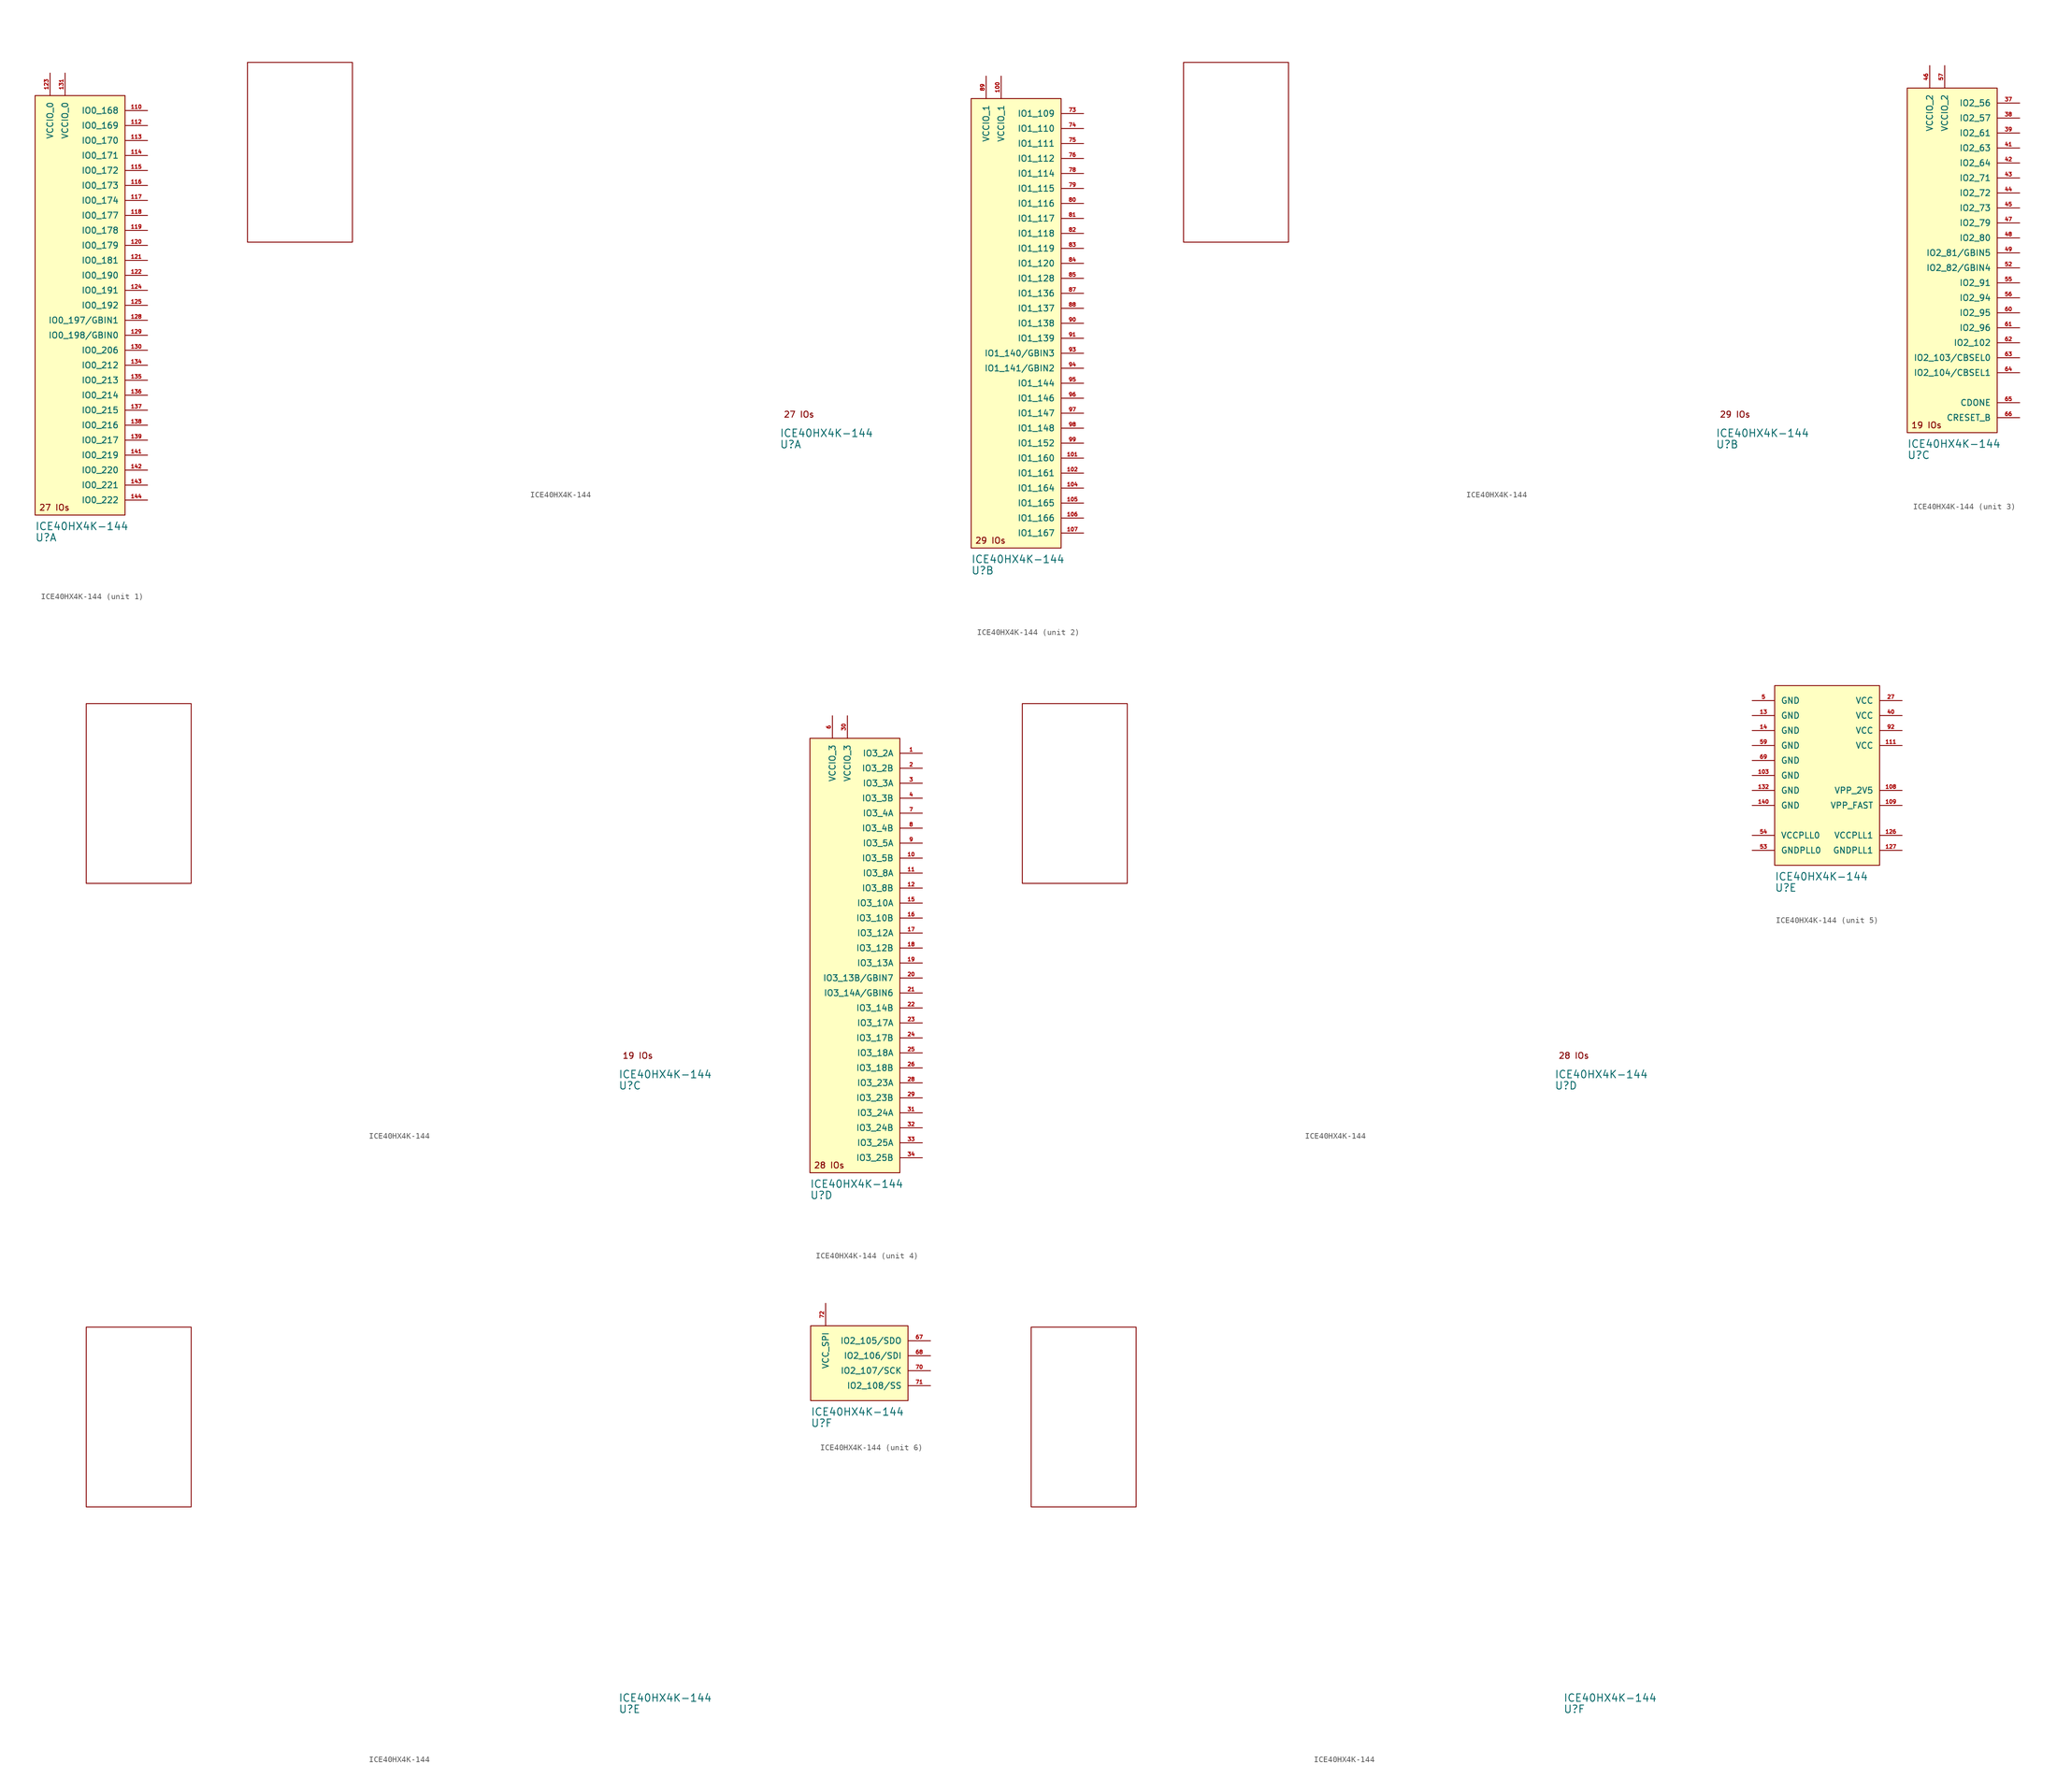
<source format=kicad_sym>
(kicad_symbol_lib
  (version 20220914)
  (generator kicad_symbol_editor)
  (symbol "ICE40HX4K-144"
    (pin_names
      (offset 1.016))
    (property "Reference" "U"
      (at 0 -3.81 0)
      (effects (font (size 1.27 1.27)) (justify left)))
    (property "Value" "ICE40HX4K-144"
      (at 0 -1.905 0)
      (effects (font (size 1.27 1.27)) (justify left)))
    (property "ki_locked" ""
      (at 0 0 0)
      (effects (font (size 1.27 1.27))))
    (symbol "ICE40HX4K-144_0_2"
      (rectangle (start -90.17 60.96) (end -72.39 30.48) (stroke (width 0) (type solid)) (fill (type none))))
    (symbol "ICE40HX4K-144_0_3"
      (rectangle (start -90.17 60.96) (end -72.39 30.48) (stroke (width 0) (type solid)) (fill (type none))))
    (symbol "ICE40HX4K-144_0_4"
      (rectangle (start -90.17 60.96) (end -72.39 30.48) (stroke (width 0) (type solid)) (fill (type none))))
    (symbol "ICE40HX4K-144_0_5"
      (rectangle (start -90.17 60.96) (end -72.39 30.48) (stroke (width 0) (type solid)) (fill (type none))))
    (symbol "ICE40HX4K-144_1_0"
      (text "27 IOs" (at 0.635 1.27 0) (effects (font (size 1.016 1.016)) (justify left))))
    (symbol "ICE40HX4K-144_1_1"
      (rectangle (start 0 71.12) (end 15.24 0) (stroke (width 0) (type solid)) (fill (type background)))
      (pin tri_state line (at 19.05 68.58 180) (length 3.81) (name "IO0_168" (effects (font (size 1.016 1.016)))) (number "110" (effects (font (size 0.635 0.635)))))
      (pin tri_state line (at 19.05 66.04 180) (length 3.81) (name "IO0_169" (effects (font (size 1.016 1.016)))) (number "112" (effects (font (size 0.635 0.635)))))
      (pin tri_state line (at 19.05 63.5 180) (length 3.81) (name "IO0_170" (effects (font (size 1.016 1.016)))) (number "113" (effects (font (size 0.635 0.635)))))
      (pin tri_state line (at 19.05 60.96 180) (length 3.81) (name "IO0_171" (effects (font (size 1.016 1.016)))) (number "114" (effects (font (size 0.635 0.635)))))
      (pin tri_state line (at 19.05 58.42 180) (length 3.81) (name "IO0_172" (effects (font (size 1.016 1.016)))) (number "115" (effects (font (size 0.635 0.635)))))
      (pin tri_state line (at 19.05 55.88 180) (length 3.81) (name "IO0_173" (effects (font (size 1.016 1.016)))) (number "116" (effects (font (size 0.635 0.635)))))
      (pin tri_state line (at 19.05 53.34 180) (length 3.81) (name "IO0_174" (effects (font (size 1.016 1.016)))) (number "117" (effects (font (size 0.635 0.635)))))
      (pin tri_state line (at 19.05 50.8 180) (length 3.81) (name "IO0_177" (effects (font (size 1.016 1.016)))) (number "118" (effects (font (size 0.635 0.635)))))
      (pin tri_state line (at 19.05 48.26 180) (length 3.81) (name "IO0_178" (effects (font (size 1.016 1.016)))) (number "119" (effects (font (size 0.635 0.635)))))
      (pin tri_state line (at 19.05 45.72 180) (length 3.81) (name "IO0_179" (effects (font (size 1.016 1.016)))) (number "120" (effects (font (size 0.635 0.635)))))
      (pin tri_state line (at 19.05 43.18 180) (length 3.81) (name "IO0_181" (effects (font (size 1.016 1.016)))) (number "121" (effects (font (size 0.635 0.635)))))
      (pin tri_state line (at 19.05 40.64 180) (length 3.81) (name "IO0_190" (effects (font (size 1.016 1.016)))) (number "122" (effects (font (size 0.635 0.635)))))
      (pin power_in line (at 2.54 74.93 270) (length 3.81) (name "VCCIO_0" (effects (font (size 1.016 1.016)))) (number "123" (effects (font (size 0.635 0.635)))))
      (pin tri_state line (at 19.05 38.1 180) (length 3.81) (name "IO0_191" (effects (font (size 1.016 1.016)))) (number "124" (effects (font (size 0.635 0.635)))))
      (pin tri_state line (at 19.05 35.56 180) (length 3.81) (name "IO0_192" (effects (font (size 1.016 1.016)))) (number "125" (effects (font (size 0.635 0.635)))))
      (pin tri_state line (at 19.05 33.02 180) (length 3.81) (name "IO0_197/GBIN1" (effects (font (size 1.016 1.016)))) (number "128" (effects (font (size 0.635 0.635)))))
      (pin tri_state line (at 19.05 30.48 180) (length 3.81) (name "IO0_198/GBIN0" (effects (font (size 1.016 1.016)))) (number "129" (effects (font (size 0.635 0.635)))))
      (pin tri_state line (at 19.05 27.94 180) (length 3.81) (name "IO0_206" (effects (font (size 1.016 1.016)))) (number "130" (effects (font (size 0.635 0.635)))))
      (pin power_in line (at 5.08 74.93 270) (length 3.81) (name "VCCIO_0" (effects (font (size 1.016 1.016)))) (number "131" (effects (font (size 0.635 0.635)))))
      (pin tri_state line (at 19.05 25.4 180) (length 3.81) (name "IO0_212" (effects (font (size 1.016 1.016)))) (number "134" (effects (font (size 0.635 0.635)))))
      (pin tri_state line (at 19.05 22.86 180) (length 3.81) (name "IO0_213" (effects (font (size 1.016 1.016)))) (number "135" (effects (font (size 0.635 0.635)))))
      (pin tri_state line (at 19.05 20.32 180) (length 3.81) (name "IO0_214" (effects (font (size 1.016 1.016)))) (number "136" (effects (font (size 0.635 0.635)))))
      (pin tri_state line (at 19.05 17.78 180) (length 3.81) (name "IO0_215" (effects (font (size 1.016 1.016)))) (number "137" (effects (font (size 0.635 0.635)))))
      (pin tri_state line (at 19.05 15.24 180) (length 3.81) (name "IO0_216" (effects (font (size 1.016 1.016)))) (number "138" (effects (font (size 0.635 0.635)))))
      (pin tri_state line (at 19.05 12.7 180) (length 3.81) (name "IO0_217" (effects (font (size 1.016 1.016)))) (number "139" (effects (font (size 0.635 0.635)))))
      (pin tri_state line (at 19.05 10.16 180) (length 3.81) (name "IO0_219" (effects (font (size 1.016 1.016)))) (number "141" (effects (font (size 0.635 0.635)))))
      (pin tri_state line (at 19.05 7.62 180) (length 3.81) (name "IO0_220" (effects (font (size 1.016 1.016)))) (number "142" (effects (font (size 0.635 0.635)))))
      (pin tri_state line (at 19.05 5.08 180) (length 3.81) (name "IO0_221" (effects (font (size 1.016 1.016)))) (number "143" (effects (font (size 0.635 0.635)))))
      (pin tri_state line (at 19.05 2.54 180) (length 3.81) (name "IO0_222" (effects (font (size 1.016 1.016)))) (number "144" (effects (font (size 0.635 0.635))))))
    (symbol "ICE40HX4K-144_2_0"
      (text "29 IOs" (at 0.635 1.27 0) (effects (font (size 1.016 1.016)) (justify left))))
    (symbol "ICE40HX4K-144_2_1"
      (rectangle (start 0 76.2) (end 15.24 0) (stroke (width 0) (type solid)) (fill (type background)))
      (pin power_in line (at 5.08 80.01 270) (length 3.81) (name "VCCIO_1" (effects (font (size 1.016 1.016)))) (number "100" (effects (font (size 0.635 0.635)))))
      (pin tri_state line (at 19.05 15.24 180) (length 3.81) (name "IO1_160" (effects (font (size 1.016 1.016)))) (number "101" (effects (font (size 0.635 0.635)))))
      (pin tri_state line (at 19.05 12.7 180) (length 3.81) (name "IO1_161" (effects (font (size 1.016 1.016)))) (number "102" (effects (font (size 0.635 0.635)))))
      (pin tri_state line (at 19.05 10.16 180) (length 3.81) (name "IO1_164" (effects (font (size 1.016 1.016)))) (number "104" (effects (font (size 0.635 0.635)))))
      (pin tri_state line (at 19.05 7.62 180) (length 3.81) (name "IO1_165" (effects (font (size 1.016 1.016)))) (number "105" (effects (font (size 0.635 0.635)))))
      (pin tri_state line (at 19.05 5.08 180) (length 3.81) (name "IO1_166" (effects (font (size 1.016 1.016)))) (number "106" (effects (font (size 0.635 0.635)))))
      (pin tri_state line (at 19.05 2.54 180) (length 3.81) (name "IO1_167" (effects (font (size 1.016 1.016)))) (number "107" (effects (font (size 0.635 0.635)))))
      (pin tri_state line (at 19.05 73.66 180) (length 3.81) (name "IO1_109" (effects (font (size 1.016 1.016)))) (number "73" (effects (font (size 0.635 0.635)))))
      (pin tri_state line (at 19.05 71.12 180) (length 3.81) (name "IO1_110" (effects (font (size 1.016 1.016)))) (number "74" (effects (font (size 0.635 0.635)))))
      (pin tri_state line (at 19.05 68.58 180) (length 3.81) (name "IO1_111" (effects (font (size 1.016 1.016)))) (number "75" (effects (font (size 0.635 0.635)))))
      (pin tri_state line (at 19.05 66.04 180) (length 3.81) (name "IO1_112" (effects (font (size 1.016 1.016)))) (number "76" (effects (font (size 0.635 0.635)))))
      (pin tri_state line (at 19.05 63.5 180) (length 3.81) (name "IO1_114" (effects (font (size 1.016 1.016)))) (number "78" (effects (font (size 0.635 0.635)))))
      (pin tri_state line (at 19.05 60.96 180) (length 3.81) (name "IO1_115" (effects (font (size 1.016 1.016)))) (number "79" (effects (font (size 0.635 0.635)))))
      (pin tri_state line (at 19.05 58.42 180) (length 3.81) (name "IO1_116" (effects (font (size 1.016 1.016)))) (number "80" (effects (font (size 0.635 0.635)))))
      (pin tri_state line (at 19.05 55.88 180) (length 3.81) (name "IO1_117" (effects (font (size 1.016 1.016)))) (number "81" (effects (font (size 0.635 0.635)))))
      (pin tri_state line (at 19.05 53.34 180) (length 3.81) (name "IO1_118" (effects (font (size 1.016 1.016)))) (number "82" (effects (font (size 0.635 0.635)))))
      (pin tri_state line (at 19.05 50.8 180) (length 3.81) (name "IO1_119" (effects (font (size 1.016 1.016)))) (number "83" (effects (font (size 0.635 0.635)))))
      (pin tri_state line (at 19.05 48.26 180) (length 3.81) (name "IO1_120" (effects (font (size 1.016 1.016)))) (number "84" (effects (font (size 0.635 0.635)))))
      (pin tri_state line (at 19.05 45.72 180) (length 3.81) (name "IO1_128" (effects (font (size 1.016 1.016)))) (number "85" (effects (font (size 0.635 0.635)))))
      (pin tri_state line (at 19.05 43.18 180) (length 3.81) (name "IO1_136" (effects (font (size 1.016 1.016)))) (number "87" (effects (font (size 0.635 0.635)))))
      (pin tri_state line (at 19.05 40.64 180) (length 3.81) (name "IO1_137" (effects (font (size 1.016 1.016)))) (number "88" (effects (font (size 0.635 0.635)))))
      (pin power_in line (at 2.54 80.01 270) (length 3.81) (name "VCCIO_1" (effects (font (size 1.016 1.016)))) (number "89" (effects (font (size 0.635 0.635)))))
      (pin tri_state line (at 19.05 38.1 180) (length 3.81) (name "IO1_138" (effects (font (size 1.016 1.016)))) (number "90" (effects (font (size 0.635 0.635)))))
      (pin tri_state line (at 19.05 35.56 180) (length 3.81) (name "IO1_139" (effects (font (size 1.016 1.016)))) (number "91" (effects (font (size 0.635 0.635)))))
      (pin tri_state line (at 19.05 33.02 180) (length 3.81) (name "IO1_140/GBIN3" (effects (font (size 1.016 1.016)))) (number "93" (effects (font (size 0.635 0.635)))))
      (pin tri_state line (at 19.05 30.48 180) (length 3.81) (name "IO1_141/GBIN2" (effects (font (size 1.016 1.016)))) (number "94" (effects (font (size 0.635 0.635)))))
      (pin tri_state line (at 19.05 27.94 180) (length 3.81) (name "IO1_144" (effects (font (size 1.016 1.016)))) (number "95" (effects (font (size 0.635 0.635)))))
      (pin tri_state line (at 19.05 25.4 180) (length 3.81) (name "IO1_146" (effects (font (size 1.016 1.016)))) (number "96" (effects (font (size 0.635 0.635)))))
      (pin tri_state line (at 19.05 22.86 180) (length 3.81) (name "IO1_147" (effects (font (size 1.016 1.016)))) (number "97" (effects (font (size 0.635 0.635)))))
      (pin tri_state line (at 19.05 20.32 180) (length 3.81) (name "IO1_148" (effects (font (size 1.016 1.016)))) (number "98" (effects (font (size 0.635 0.635)))))
      (pin tri_state line (at 19.05 17.78 180) (length 3.81) (name "IO1_152" (effects (font (size 1.016 1.016)))) (number "99" (effects (font (size 0.635 0.635))))))
    (symbol "ICE40HX4K-144_3_0"
      (text "19 IOs" (at 0.635 1.27 0) (effects (font (size 1.016 1.016)) (justify left))))
    (symbol "ICE40HX4K-144_3_1"
      (rectangle (start 0 58.42) (end 15.24 0) (stroke (width 0) (type solid)) (fill (type background)))
      (pin tri_state line (at 19.05 55.88 180) (length 3.81) (name "IO2_56" (effects (font (size 1.016 1.016)))) (number "37" (effects (font (size 0.635 0.635)))))
      (pin tri_state line (at 19.05 53.34 180) (length 3.81) (name "IO2_57" (effects (font (size 1.016 1.016)))) (number "38" (effects (font (size 0.635 0.635)))))
      (pin tri_state line (at 19.05 50.8 180) (length 3.81) (name "IO2_61" (effects (font (size 1.016 1.016)))) (number "39" (effects (font (size 0.635 0.635)))))
      (pin tri_state line (at 19.05 48.26 180) (length 3.81) (name "IO2_63" (effects (font (size 1.016 1.016)))) (number "41" (effects (font (size 0.635 0.635)))))
      (pin tri_state line (at 19.05 45.72 180) (length 3.81) (name "IO2_64" (effects (font (size 1.016 1.016)))) (number "42" (effects (font (size 0.635 0.635)))))
      (pin tri_state line (at 19.05 43.18 180) (length 3.81) (name "IO2_71" (effects (font (size 1.016 1.016)))) (number "43" (effects (font (size 0.635 0.635)))))
      (pin tri_state line (at 19.05 40.64 180) (length 3.81) (name "IO2_72" (effects (font (size 1.016 1.016)))) (number "44" (effects (font (size 0.635 0.635)))))
      (pin tri_state line (at 19.05 38.1 180) (length 3.81) (name "IO2_73" (effects (font (size 1.016 1.016)))) (number "45" (effects (font (size 0.635 0.635)))))
      (pin power_in line (at 3.81 62.23 270) (length 3.81) (name "VCCIO_2" (effects (font (size 1.016 1.016)))) (number "46" (effects (font (size 0.635 0.635)))))
      (pin tri_state line (at 19.05 35.56 180) (length 3.81) (name "IO2_79" (effects (font (size 1.016 1.016)))) (number "47" (effects (font (size 0.635 0.635)))))
      (pin tri_state line (at 19.05 33.02 180) (length 3.81) (name "IO2_80" (effects (font (size 1.016 1.016)))) (number "48" (effects (font (size 0.635 0.635)))))
      (pin tri_state line (at 19.05 30.48 180) (length 3.81) (name "IO2_81/GBIN5" (effects (font (size 1.016 1.016)))) (number "49" (effects (font (size 0.635 0.635)))))
      (pin tri_state line (at 19.05 27.94 180) (length 3.81) (name "IO2_82/GBIN4" (effects (font (size 1.016 1.016)))) (number "52" (effects (font (size 0.635 0.635)))))
      (pin tri_state line (at 19.05 25.4 180) (length 3.81) (name "IO2_91" (effects (font (size 1.016 1.016)))) (number "55" (effects (font (size 0.635 0.635)))))
      (pin tri_state line (at 19.05 22.86 180) (length 3.81) (name "IO2_94" (effects (font (size 1.016 1.016)))) (number "56" (effects (font (size 0.635 0.635)))))
      (pin power_in line (at 6.35 62.23 270) (length 3.81) (name "VCCIO_2" (effects (font (size 1.016 1.016)))) (number "57" (effects (font (size 0.635 0.635)))))
      (pin tri_state line (at 19.05 20.32 180) (length 3.81) (name "IO2_95" (effects (font (size 1.016 1.016)))) (number "60" (effects (font (size 0.635 0.635)))))
      (pin tri_state line (at 19.05 17.78 180) (length 3.81) (name "IO2_96" (effects (font (size 1.016 1.016)))) (number "61" (effects (font (size 0.635 0.635)))))
      (pin tri_state line (at 19.05 15.24 180) (length 3.81) (name "IO2_102" (effects (font (size 1.016 1.016)))) (number "62" (effects (font (size 0.635 0.635)))))
      (pin tri_state line (at 19.05 12.7 180) (length 3.81) (name "IO2_103/CBSEL0" (effects (font (size 1.016 1.016)))) (number "63" (effects (font (size 0.635 0.635)))))
      (pin tri_state line (at 19.05 10.16 180) (length 3.81) (name "IO2_104/CBSEL1" (effects (font (size 1.016 1.016)))) (number "64" (effects (font (size 0.635 0.635)))))
      (pin tri_state line (at 19.05 5.08 180) (length 3.81) (name "CDONE" (effects (font (size 1.016 1.016)))) (number "65" (effects (font (size 0.635 0.635)))))
      (pin tri_state line (at 19.05 2.54 180) (length 3.81) (name "CRESET_B" (effects (font (size 1.016 1.016)))) (number "66" (effects (font (size 0.635 0.635))))))
    (symbol "ICE40HX4K-144_4_0"
      (text "28 IOs" (at 0.635 1.27 0) (effects (font (size 1.016 1.016)) (justify left))))
    (symbol "ICE40HX4K-144_4_1"
      (rectangle (start 0 73.66) (end 15.24 0) (stroke (width 0) (type solid)) (fill (type background)))
      (pin tri_state line (at 19.05 71.12 180) (length 3.81) (name "IO3_2A" (effects (font (size 1.016 1.016)))) (number "1" (effects (font (size 0.635 0.635)))))
      (pin tri_state line (at 19.05 53.34 180) (length 3.81) (name "IO3_5B" (effects (font (size 1.016 1.016)))) (number "10" (effects (font (size 0.635 0.635)))))
      (pin tri_state line (at 19.05 50.8 180) (length 3.81) (name "IO3_8A" (effects (font (size 1.016 1.016)))) (number "11" (effects (font (size 0.635 0.635)))))
      (pin tri_state line (at 19.05 48.26 180) (length 3.81) (name "IO3_8B" (effects (font (size 1.016 1.016)))) (number "12" (effects (font (size 0.635 0.635)))))
      (pin tri_state line (at 19.05 45.72 180) (length 3.81) (name "IO3_10A" (effects (font (size 1.016 1.016)))) (number "15" (effects (font (size 0.635 0.635)))))
      (pin tri_state line (at 19.05 43.18 180) (length 3.81) (name "IO3_10B" (effects (font (size 1.016 1.016)))) (number "16" (effects (font (size 0.635 0.635)))))
      (pin tri_state line (at 19.05 40.64 180) (length 3.81) (name "IO3_12A" (effects (font (size 1.016 1.016)))) (number "17" (effects (font (size 0.635 0.635)))))
      (pin tri_state line (at 19.05 38.1 180) (length 3.81) (name "IO3_12B" (effects (font (size 1.016 1.016)))) (number "18" (effects (font (size 0.635 0.635)))))
      (pin tri_state line (at 19.05 35.56 180) (length 3.81) (name "IO3_13A" (effects (font (size 1.016 1.016)))) (number "19" (effects (font (size 0.635 0.635)))))
      (pin tri_state line (at 19.05 68.58 180) (length 3.81) (name "IO3_2B" (effects (font (size 1.016 1.016)))) (number "2" (effects (font (size 0.635 0.635)))))
      (pin tri_state line (at 19.05 33.02 180) (length 3.81) (name "IO3_13B/GBIN7" (effects (font (size 1.016 1.016)))) (number "20" (effects (font (size 0.635 0.635)))))
      (pin tri_state line (at 19.05 30.48 180) (length 3.81) (name "IO3_14A/GBIN6" (effects (font (size 1.016 1.016)))) (number "21" (effects (font (size 0.635 0.635)))))
      (pin tri_state line (at 19.05 27.94 180) (length 3.81) (name "IO3_14B" (effects (font (size 1.016 1.016)))) (number "22" (effects (font (size 0.635 0.635)))))
      (pin tri_state line (at 19.05 25.4 180) (length 3.81) (name "IO3_17A" (effects (font (size 1.016 1.016)))) (number "23" (effects (font (size 0.635 0.635)))))
      (pin tri_state line (at 19.05 22.86 180) (length 3.81) (name "IO3_17B" (effects (font (size 1.016 1.016)))) (number "24" (effects (font (size 0.635 0.635)))))
      (pin tri_state line (at 19.05 20.32 180) (length 3.81) (name "IO3_18A" (effects (font (size 1.016 1.016)))) (number "25" (effects (font (size 0.635 0.635)))))
      (pin tri_state line (at 19.05 17.78 180) (length 3.81) (name "IO3_18B" (effects (font (size 1.016 1.016)))) (number "26" (effects (font (size 0.635 0.635)))))
      (pin tri_state line (at 19.05 15.24 180) (length 3.81) (name "IO3_23A" (effects (font (size 1.016 1.016)))) (number "28" (effects (font (size 0.635 0.635)))))
      (pin tri_state line (at 19.05 12.7 180) (length 3.81) (name "IO3_23B" (effects (font (size 1.016 1.016)))) (number "29" (effects (font (size 0.635 0.635)))))
      (pin tri_state line (at 19.05 66.04 180) (length 3.81) (name "IO3_3A" (effects (font (size 1.016 1.016)))) (number "3" (effects (font (size 0.635 0.635)))))
      (pin power_in line (at 6.35 77.47 270) (length 3.81) (name "VCCIO_3" (effects (font (size 1.016 1.016)))) (number "30" (effects (font (size 0.635 0.635)))))
      (pin tri_state line (at 19.05 10.16 180) (length 3.81) (name "IO3_24A" (effects (font (size 1.016 1.016)))) (number "31" (effects (font (size 0.635 0.635)))))
      (pin tri_state line (at 19.05 7.62 180) (length 3.81) (name "IO3_24B" (effects (font (size 1.016 1.016)))) (number "32" (effects (font (size 0.635 0.635)))))
      (pin tri_state line (at 19.05 5.08 180) (length 3.81) (name "IO3_25A" (effects (font (size 1.016 1.016)))) (number "33" (effects (font (size 0.635 0.635)))))
      (pin tri_state line (at 19.05 2.54 180) (length 3.81) (name "IO3_25B" (effects (font (size 1.016 1.016)))) (number "34" (effects (font (size 0.635 0.635)))))
      (pin tri_state line (at 19.05 63.5 180) (length 3.81) (name "IO3_3B" (effects (font (size 1.016 1.016)))) (number "4" (effects (font (size 0.635 0.635)))))
      (pin power_in line (at 3.81 77.47 270) (length 3.81) (name "VCCIO_3" (effects (font (size 1.016 1.016)))) (number "6" (effects (font (size 0.635 0.635)))))
      (pin tri_state line (at 19.05 60.96 180) (length 3.81) (name "IO3_4A" (effects (font (size 1.016 1.016)))) (number "7" (effects (font (size 0.635 0.635)))))
      (pin tri_state line (at 19.05 58.42 180) (length 3.81) (name "IO3_4B" (effects (font (size 1.016 1.016)))) (number "8" (effects (font (size 0.635 0.635)))))
      (pin tri_state line (at 19.05 55.88 180) (length 3.81) (name "IO3_5A" (effects (font (size 1.016 1.016)))) (number "9" (effects (font (size 0.635 0.635))))))
    (symbol "ICE40HX4K-144_5_1"
      (rectangle (start 0 30.48) (end 17.78 0) (stroke (width 0) (type solid)) (fill (type background)))
      (pin power_in line (at -3.81 15.24 0) (length 3.81) (name "GND" (effects (font (size 1.016 1.016)))) (number "103" (effects (font (size 0.635 0.635)))))
      (pin tri_state line (at 21.59 12.7 180) (length 3.81) (name "VPP_2V5" (effects (font (size 1.016 1.016)))) (number "108" (effects (font (size 0.635 0.635)))))
      (pin tri_state line (at 21.59 10.16 180) (length 3.81) (name "VPP_FAST" (effects (font (size 1.016 1.016)))) (number "109" (effects (font (size 0.635 0.635)))))
      (pin power_in line (at 21.59 20.32 180) (length 3.81) (name "VCC" (effects (font (size 1.016 1.016)))) (number "111" (effects (font (size 0.635 0.635)))))
      (pin power_in line (at 21.59 5.08 180) (length 3.81) (name "VCCPLL1" (effects (font (size 1.016 1.016)))) (number "126" (effects (font (size 0.635 0.635)))))
      (pin power_out line (at 21.59 2.54 180) (length 3.81) (name "GNDPLL1" (effects (font (size 1.016 1.016)))) (number "127" (effects (font (size 0.635 0.635)))))
      (pin power_in line (at -3.81 25.4 0) (length 3.81) (name "GND" (effects (font (size 1.016 1.016)))) (number "13" (effects (font (size 0.635 0.635)))))
      (pin power_in line (at -3.81 12.7 0) (length 3.81) (name "GND" (effects (font (size 1.016 1.016)))) (number "132" (effects (font (size 0.635 0.635)))))
      (pin power_in line (at -3.81 22.86 0) (length 3.81) (name "GND" (effects (font (size 1.016 1.016)))) (number "14" (effects (font (size 0.635 0.635)))))
      (pin power_in line (at -3.81 10.16 0) (length 3.81) (name "GND" (effects (font (size 1.016 1.016)))) (number "140" (effects (font (size 0.635 0.635)))))
      (pin power_in line (at 21.59 27.94 180) (length 3.81) (name "VCC" (effects (font (size 1.016 1.016)))) (number "27" (effects (font (size 0.635 0.635)))))
      (pin power_in line (at 21.59 25.4 180) (length 3.81) (name "VCC" (effects (font (size 1.016 1.016)))) (number "40" (effects (font (size 0.635 0.635)))))
      (pin power_in line (at -3.81 27.94 0) (length 3.81) (name "GND" (effects (font (size 1.016 1.016)))) (number "5" (effects (font (size 0.635 0.635)))))
      (pin power_out line (at -3.81 2.54 0) (length 3.81) (name "GNDPLL0" (effects (font (size 1.016 1.016)))) (number "53" (effects (font (size 0.635 0.635)))))
      (pin power_in line (at -3.81 5.08 0) (length 3.81) (name "VCCPLL0" (effects (font (size 1.016 1.016)))) (number "54" (effects (font (size 0.635 0.635)))))
      (pin power_in line (at -3.81 20.32 0) (length 3.81) (name "GND" (effects (font (size 1.016 1.016)))) (number "59" (effects (font (size 0.635 0.635)))))
      (pin power_in line (at -3.81 17.78 0) (length 3.81) (name "GND" (effects (font (size 1.016 1.016)))) (number "69" (effects (font (size 0.635 0.635)))))
      (pin power_in line (at 21.59 22.86 180) (length 3.81) (name "VCC" (effects (font (size 1.016 1.016)))) (number "92" (effects (font (size 0.635 0.635))))))
    (symbol "ICE40HX4K-144_6_1"
      (rectangle (start 0 12.7) (end 16.51 0) (stroke (width 0) (type solid)) (fill (type background)))
      (pin tri_state line (at 20.32 10.16 180) (length 3.81) (name "IO2_105/SDO" (effects (font (size 1.016 1.016)))) (number "67" (effects (font (size 0.635 0.635)))))
      (pin tri_state line (at 20.32 7.62 180) (length 3.81) (name "IO2_106/SDI" (effects (font (size 1.016 1.016)))) (number "68" (effects (font (size 0.635 0.635)))))
      (pin tri_state line (at 20.32 5.08 180) (length 3.81) (name "IO2_107/SCK" (effects (font (size 1.016 1.016)))) (number "70" (effects (font (size 0.635 0.635)))))
      (pin tri_state line (at 20.32 2.54 180) (length 3.81) (name "IO2_108/SS" (effects (font (size 1.016 1.016)))) (number "71" (effects (font (size 0.635 0.635)))))
      (pin power_in line (at 2.54 16.51 270) (length 3.81) (name "VCC_SPI" (effects (font (size 1.016 1.016)))) (number "72" (effects (font (size 0.635 0.635))))))))
</source>
